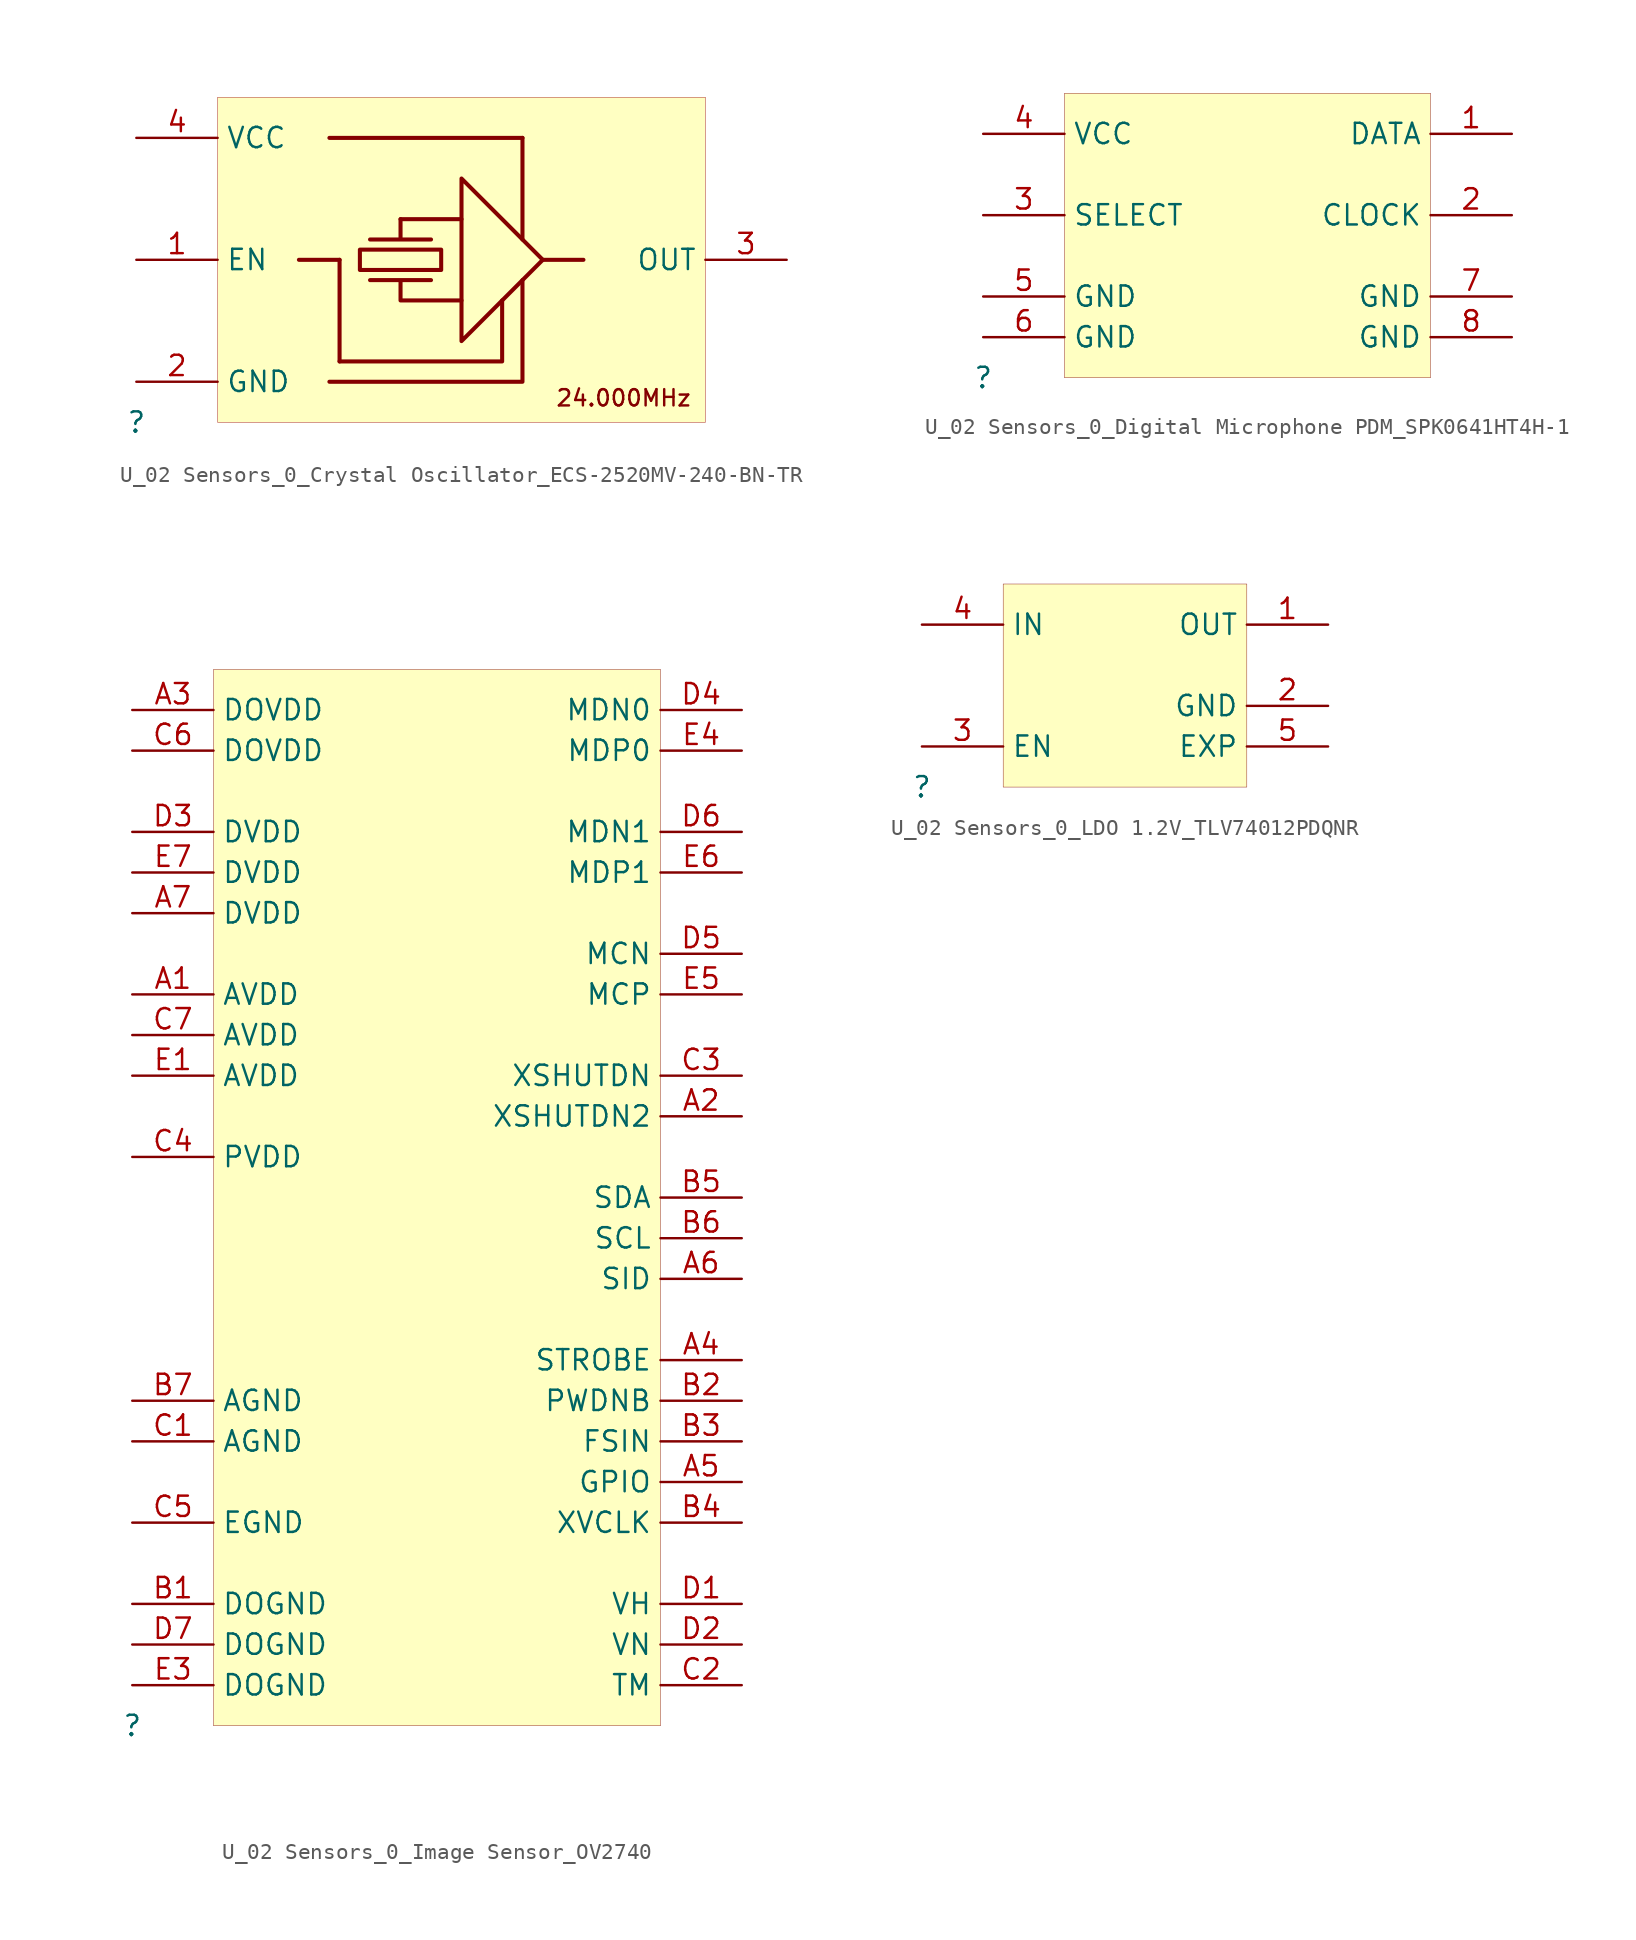
<source format=kicad_sym>
(kicad_symbol_lib
  (version 20231120)
  (generator "kicad_symbol_editor")
  (generator_version "8.0")
  (symbol "U_02 Sensors_0_Crystal Oscillator_ECS-2520MV-240-BN-TR"
    (property "Reference" ""
      (at 0 0 0)
      (effects (font (size 1.27 1.27))))
    (property "Value" ""
      (at 0 0 0)
      (effects (font (size 1.27 1.27))))
    (symbol "U_02 Sensors_0_Crystal Oscillator_ECS-2520MV-240-BN-TR_1_0"
      (polyline (pts (xy 10.16 10.16) (xy 12.7 10.16)) (stroke (width 0.254) (type solid)) (fill (type none)))
      (polyline (pts (xy 12.065 17.78) (xy 24.13 17.78)) (stroke (width 0.254) (type solid)) (fill (type none)))
      (polyline (pts (xy 12.7 3.81) (xy 12.7 10.16)) (stroke (width 0.254) (type solid)) (fill (type none)))
      (polyline (pts (xy 20.32 12.7) (xy 16.51 12.7)) (stroke (width 0.254) (type solid)) (fill (type none)))
      (polyline (pts (xy 24.13 11.43) (xy 24.13 17.78)) (stroke (width 0.254) (type solid)) (fill (type none)))
      (polyline (pts (xy 25.4 10.16) (xy 27.94 10.16)) (stroke (width 0.254) (type solid)) (fill (type none)))
      (polyline (pts (xy 12.065 2.54) (xy 24.13 2.54) (xy 24.13 8.89)) (stroke (width 0.254) (type solid)) (fill (type none)))
      (polyline (pts (xy 12.7 3.81) (xy 22.86 3.81) (xy 22.86 7.62)) (stroke (width 0.254) (type solid)) (fill (type none)))
      (polyline (pts (xy 16.51 12.7) (xy 16.51 11.43) (xy 18.415 11.43) (xy 14.605 11.43)) (stroke (width 0.254) (type solid)) (fill (type none)))
      (polyline (pts (xy 25.4 10.16) (xy 20.32 15.24) (xy 20.32 5.08) (xy 25.4 10.16)) (stroke (width 0.254) (type solid)) (fill (type none)))
      (polyline (pts (xy 13.97 9.525) (xy 19.05 9.525) (xy 19.05 10.795) (xy 13.97 10.795) (xy 13.97 9.525)) (stroke (width 0.254) (type solid)) (fill (type none)))
      (polyline (pts (xy 20.32 7.62) (xy 16.51 7.62) (xy 16.51 8.89) (xy 14.605 8.89) (xy 18.415 8.89)) (stroke (width 0.254) (type solid)) (fill (type none)))
      (rectangle (start 35.56 20.32) (end 5.08 0) (stroke (width 0.025) (type solid) (color 152 0 0 1)) (fill (type background)))
      (text "24.000MHz" (at 26.162 1.524 0) (effects (font (size 1.016 1.016)) (justify left)))
      (pin passive line (at 0 10.16 0) (length 5.08) (name "EN" (effects (font (size 1.27 1.27)))) (number "1" (effects (font (size 1.27 1.27)))))
      (pin passive line (at 0 2.54 0) (length 5.08) (name "GND" (effects (font (size 1.27 1.27)))) (number "2" (effects (font (size 1.27 1.27)))))
      (pin passive line (at 40.64 10.16 180) (length 5.08) (name "OUT" (effects (font (size 1.27 1.27)))) (number "3" (effects (font (size 1.27 1.27)))))
      (pin passive line (at 0 17.78 0) (length 5.08) (name "VCC" (effects (font (size 1.27 1.27)))) (number "4" (effects (font (size 1.27 1.27)))))))
  (symbol "U_02 Sensors_0_Digital Microphone PDM_SPK0641HT4H-1"
    (property "Reference" ""
      (at 0 0 0)
      (effects (font (size 1.27 1.27))))
    (property "Value" ""
      (at 0 0 0)
      (effects (font (size 1.27 1.27))))
    (symbol "U_02 Sensors_0_Digital Microphone PDM_SPK0641HT4H-1_1_0"
      (rectangle (start 27.94 17.78) (end 5.08 0) (stroke (width 0.025) (type solid) (color 128 0 0 1)) (fill (type background)))
      (pin passive line (at 33.02 15.24 180) (length 5.08) (name "DATA" (effects (font (size 1.27 1.27)))) (number "1" (effects (font (size 1.27 1.27)))))
      (pin passive line (at 33.02 10.16 180) (length 5.08) (name "CLOCK" (effects (font (size 1.27 1.27)))) (number "2" (effects (font (size 1.27 1.27)))))
      (pin passive line (at 0 10.16 0) (length 5.08) (name "SELECT" (effects (font (size 1.27 1.27)))) (number "3" (effects (font (size 1.27 1.27)))))
      (pin passive line (at 0 15.24 0) (length 5.08) (name "VCC" (effects (font (size 1.27 1.27)))) (number "4" (effects (font (size 1.27 1.27)))))
      (pin passive line (at 0 5.08 0) (length 5.08) (name "GND" (effects (font (size 1.27 1.27)))) (number "5" (effects (font (size 1.27 1.27)))))
      (pin passive line (at 0 2.54 0) (length 5.08) (name "GND" (effects (font (size 1.27 1.27)))) (number "6" (effects (font (size 1.27 1.27)))))
      (pin passive line (at 33.02 5.08 180) (length 5.08) (name "GND" (effects (font (size 1.27 1.27)))) (number "7" (effects (font (size 1.27 1.27)))))
      (pin passive line (at 33.02 2.54 180) (length 5.08) (name "GND" (effects (font (size 1.27 1.27)))) (number "8" (effects (font (size 1.27 1.27)))))))
  (symbol "U_02 Sensors_0_Image Sensor_OV2740"
    (property "Reference" ""
      (at 0 0 0)
      (effects (font (size 1.27 1.27))))
    (property "Value" ""
      (at 0 0 0)
      (effects (font (size 1.27 1.27))))
    (symbol "U_02 Sensors_0_Image Sensor_OV2740_1_0"
      (rectangle (start 33.02 66.04) (end 5.08 0) (stroke (width 0.025) (type solid) (color 128 0 0 1)) (fill (type background)))
      (pin passive line (at 0 45.72 0) (length 5.08) (name "AVDD" (effects (font (size 1.27 1.27)))) (number "A1" (effects (font (size 1.27 1.27)))))
      (pin passive line (at 38.1 38.1 180) (length 5.08) (name "XSHUTDN2" (effects (font (size 1.27 1.27)))) (number "A2" (effects (font (size 1.27 1.27)))))
      (pin passive line (at 0 63.5 0) (length 5.08) (name "DOVDD" (effects (font (size 1.27 1.27)))) (number "A3" (effects (font (size 1.27 1.27)))))
      (pin passive line (at 38.1 22.86 180) (length 5.08) (name "STROBE" (effects (font (size 1.27 1.27)))) (number "A4" (effects (font (size 1.27 1.27)))))
      (pin passive line (at 38.1 15.24 180) (length 5.08) (name "GPIO" (effects (font (size 1.27 1.27)))) (number "A5" (effects (font (size 1.27 1.27)))))
      (pin passive line (at 38.1 27.94 180) (length 5.08) (name "SID" (effects (font (size 1.27 1.27)))) (number "A6" (effects (font (size 1.27 1.27)))))
      (pin passive line (at 0 50.8 0) (length 5.08) (name "DVDD" (effects (font (size 1.27 1.27)))) (number "A7" (effects (font (size 1.27 1.27)))))
      (pin passive line (at 0 7.62 0) (length 5.08) (name "DOGND" (effects (font (size 1.27 1.27)))) (number "B1" (effects (font (size 1.27 1.27)))))
      (pin passive line (at 38.1 20.32 180) (length 5.08) (name "PWDNB" (effects (font (size 1.27 1.27)))) (number "B2" (effects (font (size 1.27 1.27)))))
      (pin passive line (at 38.1 17.78 180) (length 5.08) (name "FSIN" (effects (font (size 1.27 1.27)))) (number "B3" (effects (font (size 1.27 1.27)))))
      (pin passive line (at 38.1 12.7 180) (length 5.08) (name "XVCLK" (effects (font (size 1.27 1.27)))) (number "B4" (effects (font (size 1.27 1.27)))))
      (pin passive line (at 38.1 33.02 180) (length 5.08) (name "SDA" (effects (font (size 1.27 1.27)))) (number "B5" (effects (font (size 1.27 1.27)))))
      (pin passive line (at 38.1 30.48 180) (length 5.08) (name "SCL" (effects (font (size 1.27 1.27)))) (number "B6" (effects (font (size 1.27 1.27)))))
      (pin passive line (at 0 20.32 0) (length 5.08) (name "AGND" (effects (font (size 1.27 1.27)))) (number "B7" (effects (font (size 1.27 1.27)))))
      (pin passive line (at 0 17.78 0) (length 5.08) (name "AGND" (effects (font (size 1.27 1.27)))) (number "C1" (effects (font (size 1.27 1.27)))))
      (pin passive line (at 38.1 2.54 180) (length 5.08) (name "TM" (effects (font (size 1.27 1.27)))) (number "C2" (effects (font (size 1.27 1.27)))))
      (pin passive line (at 38.1 40.64 180) (length 5.08) (name "XSHUTDN" (effects (font (size 1.27 1.27)))) (number "C3" (effects (font (size 1.27 1.27)))))
      (pin passive line (at 0 35.56 0) (length 5.08) (name "PVDD" (effects (font (size 1.27 1.27)))) (number "C4" (effects (font (size 1.27 1.27)))))
      (pin passive line (at 0 12.7 0) (length 5.08) (name "EGND" (effects (font (size 1.27 1.27)))) (number "C5" (effects (font (size 1.27 1.27)))))
      (pin passive line (at 0 60.96 0) (length 5.08) (name "DOVDD" (effects (font (size 1.27 1.27)))) (number "C6" (effects (font (size 1.27 1.27)))))
      (pin passive line (at 0 43.18 0) (length 5.08) (name "AVDD" (effects (font (size 1.27 1.27)))) (number "C7" (effects (font (size 1.27 1.27)))))
      (pin passive line (at 38.1 7.62 180) (length 5.08) (name "VH" (effects (font (size 1.27 1.27)))) (number "D1" (effects (font (size 1.27 1.27)))))
      (pin passive line (at 38.1 5.08 180) (length 5.08) (name "VN" (effects (font (size 1.27 1.27)))) (number "D2" (effects (font (size 1.27 1.27)))))
      (pin passive line (at 0 55.88 0) (length 5.08) (name "DVDD" (effects (font (size 1.27 1.27)))) (number "D3" (effects (font (size 1.27 1.27)))))
      (pin passive line (at 38.1 63.5 180) (length 5.08) (name "MDN0" (effects (font (size 1.27 1.27)))) (number "D4" (effects (font (size 1.27 1.27)))))
      (pin passive line (at 38.1 48.26 180) (length 5.08) (name "MCN" (effects (font (size 1.27 1.27)))) (number "D5" (effects (font (size 1.27 1.27)))))
      (pin passive line (at 38.1 55.88 180) (length 5.08) (name "MDN1" (effects (font (size 1.27 1.27)))) (number "D6" (effects (font (size 1.27 1.27)))))
      (pin passive line (at 0 5.08 0) (length 5.08) (name "DOGND" (effects (font (size 1.27 1.27)))) (number "D7" (effects (font (size 1.27 1.27)))))
      (pin passive line (at 0 40.64 0) (length 5.08) (name "AVDD" (effects (font (size 1.27 1.27)))) (number "E1" (effects (font (size 1.27 1.27)))))
      (pin passive line (at 0 2.54 0) (length 5.08) (name "DOGND" (effects (font (size 1.27 1.27)))) (number "E3" (effects (font (size 1.27 1.27)))))
      (pin passive line (at 38.1 60.96 180) (length 5.08) (name "MDP0" (effects (font (size 1.27 1.27)))) (number "E4" (effects (font (size 1.27 1.27)))))
      (pin passive line (at 38.1 45.72 180) (length 5.08) (name "MCP" (effects (font (size 1.27 1.27)))) (number "E5" (effects (font (size 1.27 1.27)))))
      (pin passive line (at 38.1 53.34 180) (length 5.08) (name "MDP1" (effects (font (size 1.27 1.27)))) (number "E6" (effects (font (size 1.27 1.27)))))
      (pin passive line (at 0 53.34 0) (length 5.08) (name "DVDD" (effects (font (size 1.27 1.27)))) (number "E7" (effects (font (size 1.27 1.27)))))))
  (symbol "U_02 Sensors_0_LDO 1.2V_TLV74012PDQNR"
    (property "Reference" ""
      (at 0 0 0)
      (effects (font (size 1.27 1.27))))
    (property "Value" ""
      (at 0 0 0)
      (effects (font (size 1.27 1.27))))
    (symbol "U_02 Sensors_0_LDO 1.2V_TLV74012PDQNR_1_0"
      (rectangle (start 20.32 12.7) (end 5.08 0) (stroke (width 0.025) (type solid) (color 128 0 0 1)) (fill (type background)))
      (pin passive line (at 25.4 10.16 180) (length 5.08) (name "OUT" (effects (font (size 1.27 1.27)))) (number "1" (effects (font (size 1.27 1.27)))))
      (pin passive line (at 25.4 5.08 180) (length 5.08) (name "GND" (effects (font (size 1.27 1.27)))) (number "2" (effects (font (size 1.27 1.27)))))
      (pin passive line (at 0 2.54 0) (length 5.08) (name "EN" (effects (font (size 1.27 1.27)))) (number "3" (effects (font (size 1.27 1.27)))))
      (pin passive line (at 0 10.16 0) (length 5.08) (name "IN" (effects (font (size 1.27 1.27)))) (number "4" (effects (font (size 1.27 1.27)))))
      (pin passive line (at 25.4 2.54 180) (length 5.08) (name "EXP" (effects (font (size 1.27 1.27)))) (number "5" (effects (font (size 1.27 1.27))))))))
</source>
